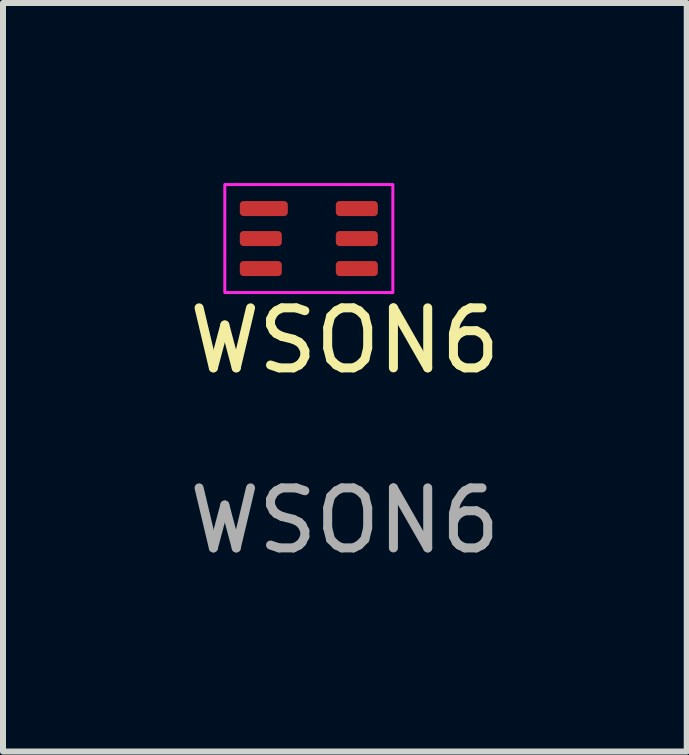
<source format=kicad_pcb>
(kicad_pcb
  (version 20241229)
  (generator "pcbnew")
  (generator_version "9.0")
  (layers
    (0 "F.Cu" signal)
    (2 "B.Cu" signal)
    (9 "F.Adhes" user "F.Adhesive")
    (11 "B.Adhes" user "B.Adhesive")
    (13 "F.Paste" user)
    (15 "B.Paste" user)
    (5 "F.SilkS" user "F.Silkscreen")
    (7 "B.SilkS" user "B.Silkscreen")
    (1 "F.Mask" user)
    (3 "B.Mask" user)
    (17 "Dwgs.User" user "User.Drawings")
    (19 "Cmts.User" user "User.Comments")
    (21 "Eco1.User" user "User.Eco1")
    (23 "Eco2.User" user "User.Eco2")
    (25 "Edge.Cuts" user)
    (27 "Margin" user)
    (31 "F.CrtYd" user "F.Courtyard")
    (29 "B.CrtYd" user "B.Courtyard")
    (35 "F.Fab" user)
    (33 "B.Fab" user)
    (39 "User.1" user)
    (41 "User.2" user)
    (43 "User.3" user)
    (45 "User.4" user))
  (footprint "WSON6"
    (layer "F.Cu")
    (at 2.096 0.925)
    (property "Reference" "WSON6" (at 0.6 1.7 0) (unlocked yes) (layer "F.SilkS") (effects (font (size 1 1) (thickness 0.15))))
    (attr smd)
    (fp_rect (start -1.4 -0.9) (end 1.4 0.9) (stroke (width 0.05) (type solid)) (fill no) (layer "F.CrtYd"))
    (fp_text user "${REFERENCE}" (at 0.6 4.7 0) (unlocked yes) (layer "F.Fab") (effects (font (size 1 1) (thickness 0.15))))
    (pad "1" smd roundrect (at -0.75 -0.5) (size 0.8 0.25) (layers "F.Cu" "F.Mask" "F.Paste") (roundrect_rratio 0.25))
    (pad "2" smd roundrect (at -0.8 0) (size 0.7 0.25) (layers "F.Cu" "F.Mask" "F.Paste") (roundrect_rratio 0.25))
    (pad "3" smd roundrect (at -0.8 0.5) (size 0.7 0.25) (layers "F.Cu" "F.Mask" "F.Paste") (roundrect_rratio 0.25))
    (pad "4" smd roundrect (at 0.8 0.5) (size 0.7 0.25) (layers "F.Cu" "F.Mask" "F.Paste") (roundrect_rratio 0.25))
    (pad "5" smd roundrect (at 0.8 0) (size 0.7 0.25) (layers "F.Cu" "F.Mask" "F.Paste") (roundrect_rratio 0.25))
    (pad "6" smd roundrect (at 0.8 -0.5) (size 0.7 0.25) (layers "F.Cu" "F.Mask" "F.Paste") (roundrect_rratio 0.25)))
  (gr_rect
    (start -3 -3)
    (end 8.393 9.473)
    (stroke (width 0.1) (type default))
    (fill no)
    (layer "Edge.Cuts")))
</source>
